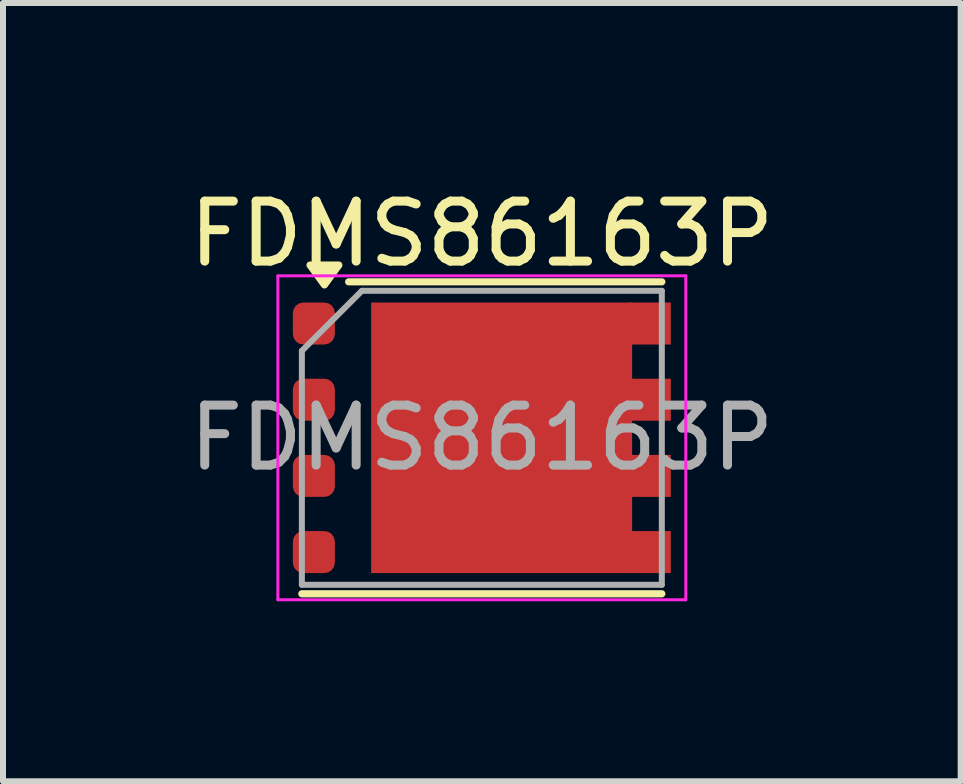
<source format=kicad_pcb>
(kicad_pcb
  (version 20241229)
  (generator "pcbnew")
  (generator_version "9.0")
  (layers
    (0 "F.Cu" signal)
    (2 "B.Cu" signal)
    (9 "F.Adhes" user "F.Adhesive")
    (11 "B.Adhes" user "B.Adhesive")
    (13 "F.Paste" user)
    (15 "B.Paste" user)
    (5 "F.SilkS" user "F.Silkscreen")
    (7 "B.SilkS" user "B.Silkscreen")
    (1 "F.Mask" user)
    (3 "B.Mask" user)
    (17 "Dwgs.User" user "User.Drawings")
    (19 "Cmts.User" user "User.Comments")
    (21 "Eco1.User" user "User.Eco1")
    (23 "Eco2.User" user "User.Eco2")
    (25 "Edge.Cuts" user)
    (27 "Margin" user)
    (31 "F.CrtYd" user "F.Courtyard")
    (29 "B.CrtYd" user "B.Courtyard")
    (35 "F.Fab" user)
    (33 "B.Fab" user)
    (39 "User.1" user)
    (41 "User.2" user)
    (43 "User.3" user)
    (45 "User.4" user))
  (footprint "FDMS86163P"
    (layer "F.Cu")
    (at 4.982 4.248)
    (property "Reference" "FDMS86163P" (at 0 -3.4 0) (layer "F.SilkS") (effects (font (size 1 1) (thickness 0.15))))
    (attr smd)
    (fp_line (start 3 -2.6) (end -2.22 -2.6) (stroke (width 0.12) (type solid)) (layer "F.SilkS"))
    (fp_line (start 3 2.6) (end -3 2.6) (stroke (width 0.12) (type solid)) (layer "F.SilkS"))
    (fp_poly (pts (xy -2.624 -2.549) (xy -2.864 -2.879) (xy -2.384 -2.879) (xy -2.624 -2.549)) (stroke (width 0.12) (type solid)) (fill yes) (layer "F.SilkS"))
    (fp_line (start -3.4 -2.7) (end 3.4 -2.7) (stroke (width 0.05) (type solid)) (layer "F.CrtYd"))
    (fp_line (start -3.4 2.7) (end -3.4 -2.7) (stroke (width 0.05) (type solid)) (layer "F.CrtYd"))
    (fp_line (start 3.4 -2.7) (end 3.4 2.7) (stroke (width 0.05) (type solid)) (layer "F.CrtYd"))
    (fp_line (start 3.4 2.7) (end -3.4 2.7) (stroke (width 0.05) (type solid)) (layer "F.CrtYd"))
    (fp_line (start -3 -1.45) (end -3 2.45) (stroke (width 0.1) (type solid)) (layer "F.Fab"))
    (fp_line (start -2 -2.45) (end -3 -1.45) (stroke (width 0.1) (type solid)) (layer "F.Fab"))
    (fp_line (start -2 -2.45) (end 3 -2.45) (stroke (width 0.1) (type solid)) (layer "F.Fab"))
    (fp_line (start 3 -2.45) (end 3 2.45) (stroke (width 0.1) (type solid)) (layer "F.Fab"))
    (fp_line (start 3 2.45) (end -3 2.45) (stroke (width 0.1) (type solid)) (layer "F.Fab"))
    (fp_text user "${REFERENCE}" (at 0 0 0) (layer "F.Fab") (effects (font (size 1 1) (thickness 0.15))))
    (pad "" smd rect (at -0.797 -1.095) (size 1.235 1.57) (layers "F.Paste"))
    (pad "" smd rect (at -0.797 1.095) (size 1.235 1.57) (layers "F.Paste"))
    (pad "" smd rect (at 1.113 -1.095) (size 1.585 1.57) (layers "F.Paste"))
    (pad "" smd rect (at 1.113 1.095) (size 1.585 1.57) (layers "F.Paste"))
    (pad "1" smd rect (at 0.33 0) (size 4.35 4.51) (layers "F.Cu" "F.Mask"))
    (pad "1" smd rect (at 2.8 -1.905) (size 0.7 0.7) (layers "F.Cu" "F.Mask" "F.Paste"))
    (pad "1" smd rect (at 2.8 -0.635) (size 0.7 0.7) (layers "F.Cu" "F.Mask" "F.Paste"))
    (pad "1" smd rect (at 2.8 0.635) (size 0.7 0.7) (layers "F.Cu" "F.Mask" "F.Paste"))
    (pad "1" smd rect (at 2.8 1.905) (size 0.7 0.7) (layers "F.Cu" "F.Mask" "F.Paste"))
    (pad "2" smd roundrect (at -2.8 1.905) (size 0.7 0.7) (layers "F.Cu" "F.Mask" "F.Paste") (roundrect_rratio 0.25))
    (pad "3" smd roundrect (at -2.8 -1.905) (size 0.7 0.7) (layers "F.Cu" "F.Mask" "F.Paste") (roundrect_rratio 0.25))
    (pad "3" smd roundrect (at -2.8 -0.635) (size 0.7 0.7) (layers "F.Cu" "F.Mask" "F.Paste") (roundrect_rratio 0.25))
    (pad "3" smd roundrect (at -2.8 0.635) (size 0.7 0.7) (layers "F.Cu" "F.Mask" "F.Paste") (roundrect_rratio 0.25)))
  (gr_rect
    (start -3 -3)
    (end 12.964 9.973)
    (stroke (width 0.1) (type default))
    (fill no)
    (layer "Edge.Cuts")))
</source>
